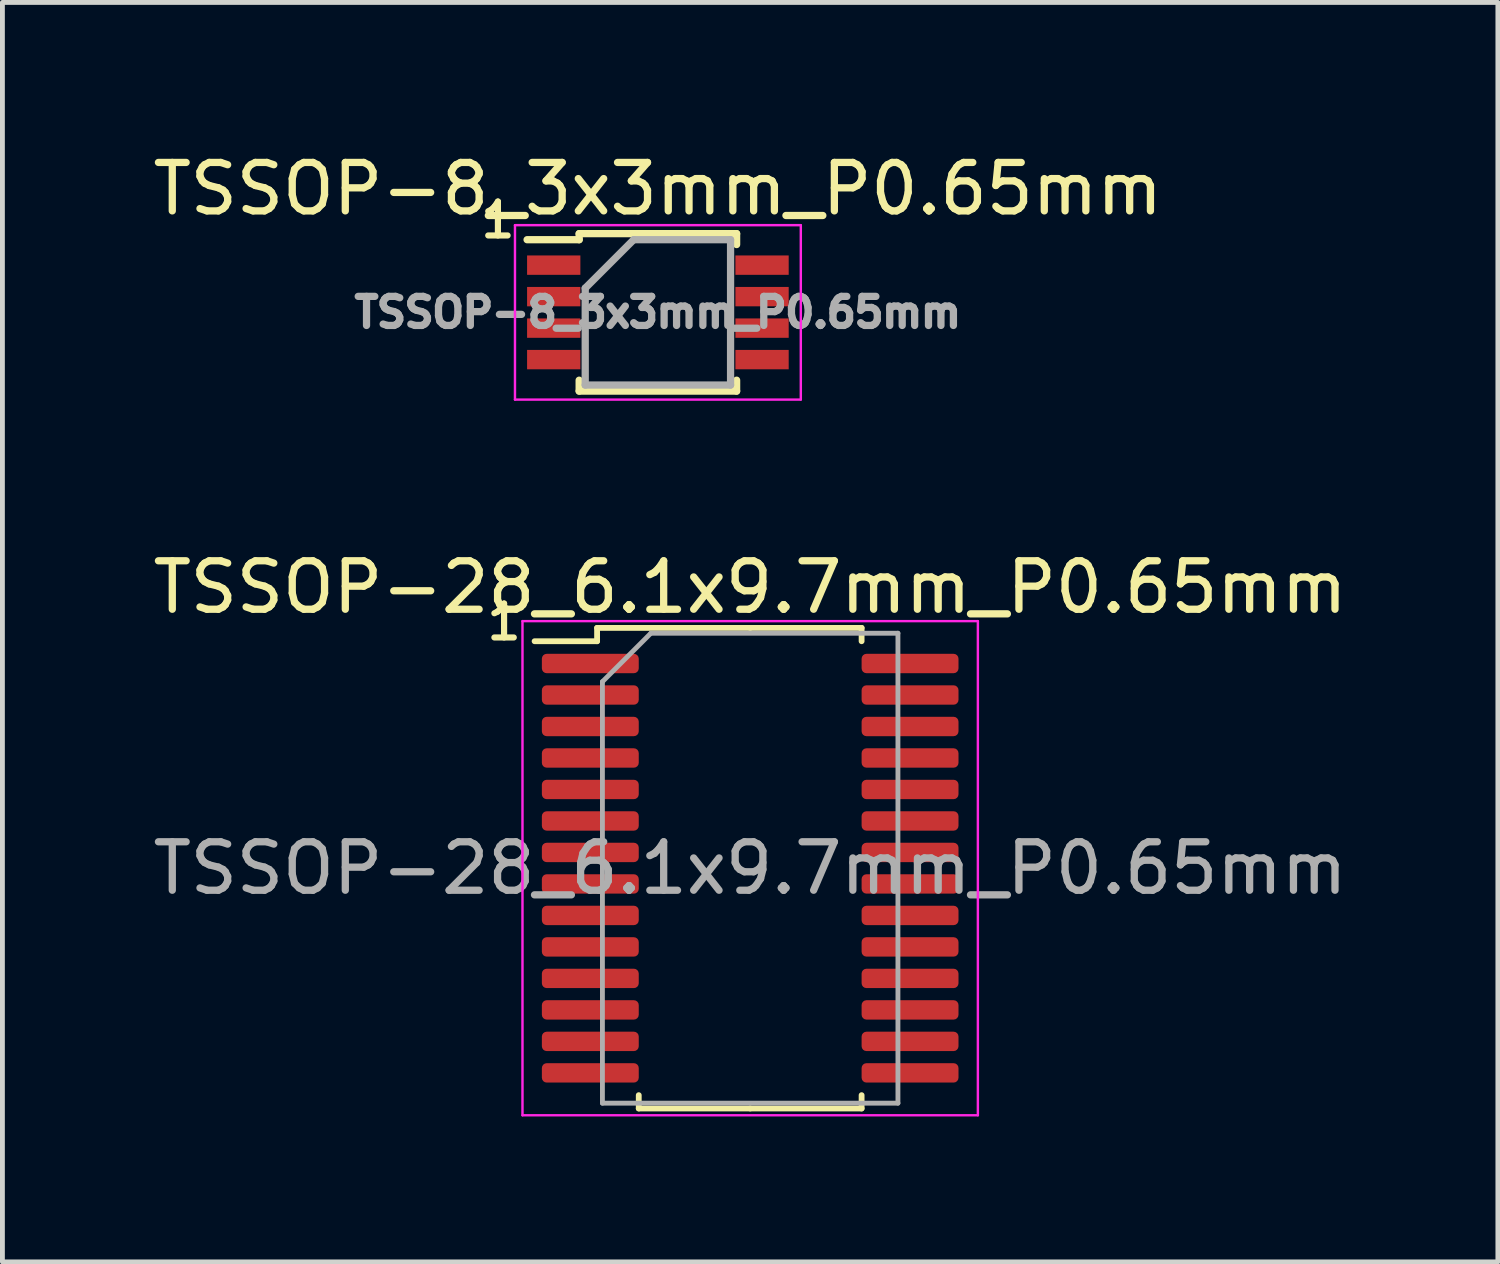
<source format=kicad_pcb>
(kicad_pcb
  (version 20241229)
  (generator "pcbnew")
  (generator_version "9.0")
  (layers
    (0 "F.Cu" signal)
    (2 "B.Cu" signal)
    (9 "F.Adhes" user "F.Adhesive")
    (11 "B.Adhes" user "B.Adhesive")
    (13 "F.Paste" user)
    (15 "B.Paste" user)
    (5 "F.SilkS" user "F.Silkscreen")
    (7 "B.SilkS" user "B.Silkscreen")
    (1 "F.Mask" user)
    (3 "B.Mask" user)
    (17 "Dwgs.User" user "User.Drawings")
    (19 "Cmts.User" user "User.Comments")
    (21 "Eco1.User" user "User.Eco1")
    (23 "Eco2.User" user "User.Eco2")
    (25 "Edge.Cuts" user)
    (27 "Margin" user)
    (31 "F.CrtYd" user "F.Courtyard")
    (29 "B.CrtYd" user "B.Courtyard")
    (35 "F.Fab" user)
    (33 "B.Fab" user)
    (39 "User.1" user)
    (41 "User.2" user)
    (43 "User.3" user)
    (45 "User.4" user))
  (footprint "TSSOP-28_6.1x9.7mm_P0.65mm"
    (layer "F.Cu")
    (at 12.435 14.871)
    (property "Reference" "TSSOP-28_6.1x9.7mm_P0.65mm" (at 0 -5.8 0) (layer "F.SilkS") (effects (font (size 1 1) (thickness 0.15))))
    (attr smd)
    (fp_line (start -3.16 -4.96) (end -3.16 -4.685) (stroke (width 0.12) (type solid)) (layer "F.SilkS"))
    (fp_line (start -3.16 -4.685) (end -4.45 -4.685) (stroke (width 0.12) (type solid)) (layer "F.SilkS"))
    (fp_line (start -2.3 4.96) (end -2.3 4.685) (stroke (width 0.12) (type solid)) (layer "F.SilkS"))
    (fp_line (start 0 -4.96) (end -3.16 -4.96) (stroke (width 0.12) (type solid)) (layer "F.SilkS"))
    (fp_line (start 0 -4.96) (end 2.3 -4.96) (stroke (width 0.12) (type solid)) (layer "F.SilkS"))
    (fp_line (start 0 4.96) (end -2.3 4.96) (stroke (width 0.12) (type solid)) (layer "F.SilkS"))
    (fp_line (start 0 4.96) (end 2.3 4.96) (stroke (width 0.12) (type solid)) (layer "F.SilkS"))
    (fp_line (start 2.3 -4.96) (end 2.3 -4.685) (stroke (width 0.12) (type solid)) (layer "F.SilkS"))
    (fp_line (start 2.3 4.96) (end 2.3 4.685) (stroke (width 0.12) (type solid)) (layer "F.SilkS"))
    (fp_line (start -4.7 -5.1) (end -4.7 5.1) (stroke (width 0.05) (type solid)) (layer "F.CrtYd"))
    (fp_line (start -4.7 5.1) (end 4.7 5.1) (stroke (width 0.05) (type solid)) (layer "F.CrtYd"))
    (fp_line (start 4.7 -5.1) (end -4.7 -5.1) (stroke (width 0.05) (type solid)) (layer "F.CrtYd"))
    (fp_line (start 4.7 5.1) (end 4.7 -5.1) (stroke (width 0.05) (type solid)) (layer "F.CrtYd"))
    (fp_line (start -3.05 -3.85) (end -2.05 -4.85) (stroke (width 0.1) (type solid)) (layer "F.Fab"))
    (fp_line (start -3.05 4.85) (end -3.05 -3.85) (stroke (width 0.1) (type solid)) (layer "F.Fab"))
    (fp_line (start -2.05 -4.85) (end 3.05 -4.85) (stroke (width 0.1) (type solid)) (layer "F.Fab"))
    (fp_line (start 3.05 -4.85) (end 3.05 4.85) (stroke (width 0.1) (type solid)) (layer "F.Fab"))
    (fp_line (start 3.05 4.85) (end -3.05 4.85) (stroke (width 0.1) (type solid)) (layer "F.Fab"))
    (fp_text user "1" (at -5.08 -5.08 0) (layer "F.SilkS") (effects (font (size 0.7 0.7) (thickness 0.127))))
    (fp_text user "${REFERENCE}" (at 0 0 0) (layer "F.Fab") (effects (font (size 1 1) (thickness 0.15))))
    (pad "1" smd roundrect (at -3.3 -4.225) (size 2 0.4) (layers "F.Cu" "F.Mask" "F.Paste") (roundrect_rratio 0.25))
    (pad "2" smd roundrect (at -3.3 -3.575) (size 2 0.4) (layers "F.Cu" "F.Mask" "F.Paste") (roundrect_rratio 0.25))
    (pad "3" smd roundrect (at -3.3 -2.925) (size 2 0.4) (layers "F.Cu" "F.Mask" "F.Paste") (roundrect_rratio 0.25))
    (pad "4" smd roundrect (at -3.3 -2.275) (size 2 0.4) (layers "F.Cu" "F.Mask" "F.Paste") (roundrect_rratio 0.25))
    (pad "5" smd roundrect (at -3.3 -1.625) (size 2 0.4) (layers "F.Cu" "F.Mask" "F.Paste") (roundrect_rratio 0.25))
    (pad "6" smd roundrect (at -3.3 -0.975) (size 2 0.4) (layers "F.Cu" "F.Mask" "F.Paste") (roundrect_rratio 0.25))
    (pad "7" smd roundrect (at -3.3 -0.325) (size 2 0.4) (layers "F.Cu" "F.Mask" "F.Paste") (roundrect_rratio 0.25))
    (pad "8" smd roundrect (at -3.3 0.325) (size 2 0.4) (layers "F.Cu" "F.Mask" "F.Paste") (roundrect_rratio 0.25))
    (pad "9" smd roundrect (at -3.3 0.975) (size 2 0.4) (layers "F.Cu" "F.Mask" "F.Paste") (roundrect_rratio 0.25))
    (pad "10" smd roundrect (at -3.3 1.625) (size 2 0.4) (layers "F.Cu" "F.Mask" "F.Paste") (roundrect_rratio 0.25))
    (pad "11" smd roundrect (at -3.3 2.275) (size 2 0.4) (layers "F.Cu" "F.Mask" "F.Paste") (roundrect_rratio 0.25))
    (pad "12" smd roundrect (at -3.3 2.925) (size 2 0.4) (layers "F.Cu" "F.Mask" "F.Paste") (roundrect_rratio 0.25))
    (pad "13" smd roundrect (at -3.3 3.575) (size 2 0.4) (layers "F.Cu" "F.Mask" "F.Paste") (roundrect_rratio 0.25))
    (pad "14" smd roundrect (at -3.3 4.225) (size 2 0.4) (layers "F.Cu" "F.Mask" "F.Paste") (roundrect_rratio 0.25))
    (pad "15" smd roundrect (at 3.3 4.225) (size 2 0.4) (layers "F.Cu" "F.Mask" "F.Paste") (roundrect_rratio 0.25))
    (pad "16" smd roundrect (at 3.3 3.575) (size 2 0.4) (layers "F.Cu" "F.Mask" "F.Paste") (roundrect_rratio 0.25))
    (pad "17" smd roundrect (at 3.3 2.925) (size 2 0.4) (layers "F.Cu" "F.Mask" "F.Paste") (roundrect_rratio 0.25))
    (pad "18" smd roundrect (at 3.3 2.275) (size 2 0.4) (layers "F.Cu" "F.Mask" "F.Paste") (roundrect_rratio 0.25))
    (pad "19" smd roundrect (at 3.3 1.625) (size 2 0.4) (layers "F.Cu" "F.Mask" "F.Paste") (roundrect_rratio 0.25))
    (pad "20" smd roundrect (at 3.3 0.975) (size 2 0.4) (layers "F.Cu" "F.Mask" "F.Paste") (roundrect_rratio 0.25))
    (pad "21" smd roundrect (at 3.3 0.325) (size 2 0.4) (layers "F.Cu" "F.Mask" "F.Paste") (roundrect_rratio 0.25))
    (pad "22" smd roundrect (at 3.3 -0.325) (size 2 0.4) (layers "F.Cu" "F.Mask" "F.Paste") (roundrect_rratio 0.25))
    (pad "23" smd roundrect (at 3.3 -0.975) (size 2 0.4) (layers "F.Cu" "F.Mask" "F.Paste") (roundrect_rratio 0.25))
    (pad "24" smd roundrect (at 3.3 -1.625) (size 2 0.4) (layers "F.Cu" "F.Mask" "F.Paste") (roundrect_rratio 0.25))
    (pad "25" smd roundrect (at 3.3 -2.275) (size 2 0.4) (layers "F.Cu" "F.Mask" "F.Paste") (roundrect_rratio 0.25))
    (pad "26" smd roundrect (at 3.3 -2.925) (size 2 0.4) (layers "F.Cu" "F.Mask" "F.Paste") (roundrect_rratio 0.25))
    (pad "27" smd roundrect (at 3.3 -3.575) (size 2 0.4) (layers "F.Cu" "F.Mask" "F.Paste") (roundrect_rratio 0.25))
    (pad "28" smd roundrect (at 3.3 -4.225) (size 2 0.4) (layers "F.Cu" "F.Mask" "F.Paste") (roundrect_rratio 0.25)))
  (footprint "TSSOP-8_3x3mm_P0.65mm"
    (layer "F.Cu")
    (at 10.53 3.398)
    (property "Reference" "TSSOP-8_3x3mm_P0.65mm" (at 0 -2.55 0) (layer "F.SilkS") (effects (font (size 1 1) (thickness 0.15))))
    (attr smd)
    (fp_line (start -1.625 -1.625) (end -1.625 -1.5) (stroke (width 0.15) (type solid)) (layer "F.SilkS"))
    (fp_line (start -1.625 -1.625) (end 1.625 -1.625) (stroke (width 0.15) (type solid)) (layer "F.SilkS"))
    (fp_line (start -1.625 -1.5) (end -2.7 -1.5) (stroke (width 0.15) (type solid)) (layer "F.SilkS"))
    (fp_line (start -1.625 1.625) (end -1.625 1.4) (stroke (width 0.15) (type solid)) (layer "F.SilkS"))
    (fp_line (start -1.625 1.625) (end 1.625 1.625) (stroke (width 0.15) (type solid)) (layer "F.SilkS"))
    (fp_line (start 1.625 -1.625) (end 1.625 -1.4) (stroke (width 0.15) (type solid)) (layer "F.SilkS"))
    (fp_line (start 1.625 1.625) (end 1.625 1.4) (stroke (width 0.15) (type solid)) (layer "F.SilkS"))
    (fp_line (start -2.95 -1.8) (end -2.95 1.8) (stroke (width 0.05) (type solid)) (layer "F.CrtYd"))
    (fp_line (start -2.95 -1.8) (end 2.95 -1.8) (stroke (width 0.05) (type solid)) (layer "F.CrtYd"))
    (fp_line (start -2.95 1.8) (end 2.95 1.8) (stroke (width 0.05) (type solid)) (layer "F.CrtYd"))
    (fp_line (start 2.95 -1.8) (end 2.95 1.8) (stroke (width 0.05) (type solid)) (layer "F.CrtYd"))
    (fp_line (start -1.5 -0.5) (end -0.5 -1.5) (stroke (width 0.15) (type solid)) (layer "F.Fab"))
    (fp_line (start -1.5 1.5) (end -1.5 -0.5) (stroke (width 0.15) (type solid)) (layer "F.Fab"))
    (fp_line (start -0.5 -1.5) (end 1.5 -1.5) (stroke (width 0.15) (type solid)) (layer "F.Fab"))
    (fp_line (start 1.5 -1.5) (end 1.5 1.5) (stroke (width 0.15) (type solid)) (layer "F.Fab"))
    (fp_line (start 1.5 1.5) (end -1.5 1.5) (stroke (width 0.15) (type solid)) (layer "F.Fab"))
    (fp_text user "1" (at -3.302 -1.905 0) (layer "F.SilkS") (effects (font (size 0.7 0.7) (thickness 0.127))))
    (fp_text user "${REFERENCE}" (at 0 0 0) (layer "F.Fab") (effects (font (size 0.6 0.6) (thickness 0.15))))
    (pad "1" smd rect (at -2.15 -0.975) (size 1.1 0.4) (layers "F.Cu" "F.Mask" "F.Paste"))
    (pad "2" smd rect (at -2.15 -0.325) (size 1.1 0.4) (layers "F.Cu" "F.Mask" "F.Paste"))
    (pad "3" smd rect (at -2.15 0.325) (size 1.1 0.4) (layers "F.Cu" "F.Mask" "F.Paste"))
    (pad "4" smd rect (at -2.15 0.975) (size 1.1 0.4) (layers "F.Cu" "F.Mask" "F.Paste"))
    (pad "5" smd rect (at 2.15 0.975) (size 1.1 0.4) (layers "F.Cu" "F.Mask" "F.Paste"))
    (pad "6" smd rect (at 2.15 0.325) (size 1.1 0.4) (layers "F.Cu" "F.Mask" "F.Paste"))
    (pad "7" smd rect (at 2.15 -0.325) (size 1.1 0.4) (layers "F.Cu" "F.Mask" "F.Paste"))
    (pad "8" smd rect (at 2.15 -0.975) (size 1.1 0.4) (layers "F.Cu" "F.Mask" "F.Paste")))
  (gr_rect
    (start -3 -3)
    (end 27.869 22.997)
    (stroke (width 0.1) (type default))
    (fill no)
    (layer "Edge.Cuts")))
</source>
